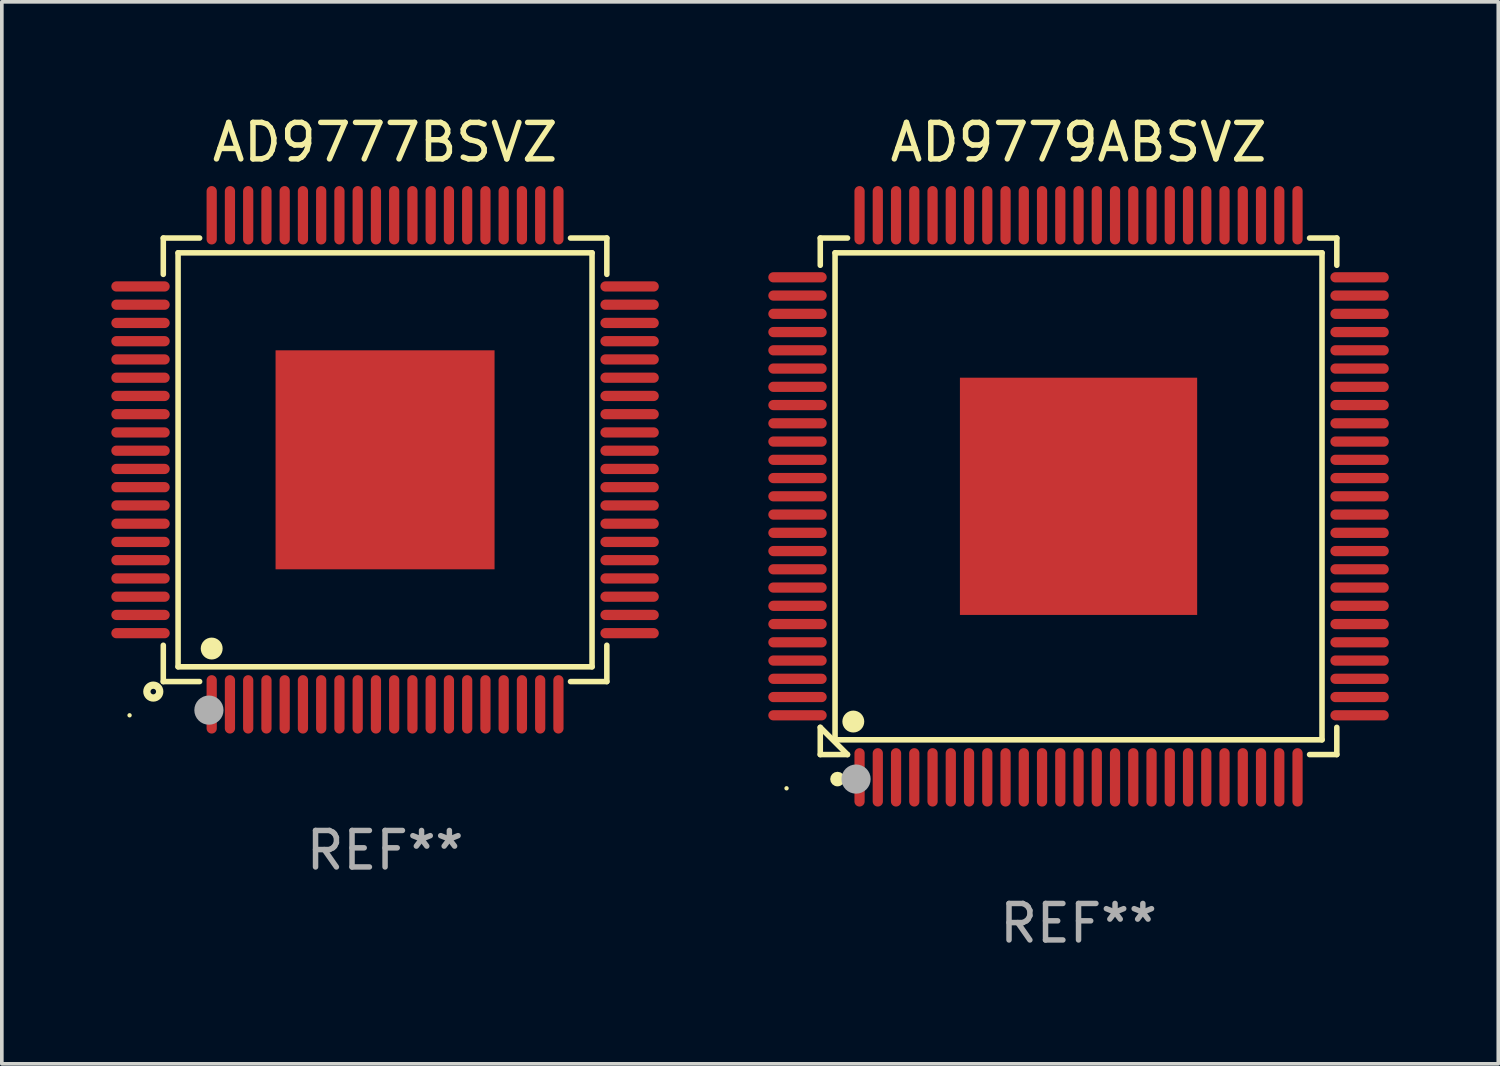
<source format=kicad_pcb>
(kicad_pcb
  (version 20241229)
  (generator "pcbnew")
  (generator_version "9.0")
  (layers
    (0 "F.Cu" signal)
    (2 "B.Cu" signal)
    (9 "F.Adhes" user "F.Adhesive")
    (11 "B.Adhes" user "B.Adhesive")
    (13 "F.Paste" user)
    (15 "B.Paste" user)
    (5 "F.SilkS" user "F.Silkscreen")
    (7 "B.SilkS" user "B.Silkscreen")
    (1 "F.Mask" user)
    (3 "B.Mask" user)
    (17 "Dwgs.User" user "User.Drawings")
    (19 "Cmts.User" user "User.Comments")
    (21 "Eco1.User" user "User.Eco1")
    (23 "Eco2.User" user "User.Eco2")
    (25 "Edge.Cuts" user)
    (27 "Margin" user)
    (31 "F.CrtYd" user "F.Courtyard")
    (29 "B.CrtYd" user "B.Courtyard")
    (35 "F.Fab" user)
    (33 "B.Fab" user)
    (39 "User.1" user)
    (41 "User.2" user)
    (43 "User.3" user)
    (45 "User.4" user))
  (footprint "AD9777BSVZ"
    (layer "F.Cu")
    (at 7.5 9.548)
    (property "Reference" "AD9777BSVZ" (at 0 -8.7 0) (layer "F.SilkS") (effects (font (size 1 1) (thickness 0.15))))
    (attr through_hole)
    (fp_line (start -6.076 -6.076) (end -5.081 -6.076) (stroke (width 0.152) (type solid)) (layer "F.SilkS"))
    (fp_line (start -6.076 -5.081) (end -6.076 -6.076) (stroke (width 0.152) (type solid)) (layer "F.SilkS"))
    (fp_line (start -6.076 5.081) (end -6.076 6.076) (stroke (width 0.152) (type solid)) (layer "F.SilkS"))
    (fp_line (start -6.076 6.076) (end -5.081 6.076) (stroke (width 0.152) (type solid)) (layer "F.SilkS"))
    (fp_line (start -5.671 -5.671) (end 5.671 -5.671) (stroke (width 0.152) (type solid)) (layer "F.SilkS"))
    (fp_line (start -5.671 5.671) (end -5.671 -5.671) (stroke (width 0.152) (type solid)) (layer "F.SilkS"))
    (fp_line (start 5.671 -5.671) (end 5.671 5.671) (stroke (width 0.152) (type solid)) (layer "F.SilkS"))
    (fp_line (start 5.671 5.671) (end -5.671 5.671) (stroke (width 0.152) (type solid)) (layer "F.SilkS"))
    (fp_line (start 6.076 -6.076) (end 5.081 -6.076) (stroke (width 0.152) (type solid)) (layer "F.SilkS"))
    (fp_line (start 6.076 -5.081) (end 6.076 -6.076) (stroke (width 0.152) (type solid)) (layer "F.SilkS"))
    (fp_line (start 6.076 5.081) (end 6.076 6.076) (stroke (width 0.152) (type solid)) (layer "F.SilkS"))
    (fp_line (start 6.076 6.076) (end 5.081 6.076) (stroke (width 0.152) (type solid)) (layer "F.SilkS"))
    (fp_circle (center -7 7) (end -6.97 7) (stroke (width 0.06) (type solid)) (fill no) (layer "F.SilkS"))
    (fp_circle (center -6.35 6.35) (end -6.274 6.35) (stroke (width 0.2) (type solid)) (fill no) (layer "F.SilkS"))
    (fp_circle (center -4.75 5.171) (end -4.6 5.171) (stroke (width 0.3) (type solid)) (fill no) (layer "F.SilkS"))
    (fp_circle (center -4.826 6.858) (end -4.626 6.858) (stroke (width 0.4) (type solid)) (fill no) (layer "F.Fab"))
    (fp_text user "REF**" (at 0 10.7 0) (layer "F.Fab") (effects (font (size 1 1) (thickness 0.15))))
    (pad "1" smd oval (at -4.75 6.7) (size 0.28 1.6) (layers "F.Cu" "F.Mask" "F.Paste"))
    (pad "2" smd oval (at -4.25 6.7) (size 0.28 1.6) (layers "F.Cu" "F.Mask" "F.Paste"))
    (pad "3" smd oval (at -3.75 6.7) (size 0.28 1.6) (layers "F.Cu" "F.Mask" "F.Paste"))
    (pad "4" smd oval (at -3.25 6.7) (size 0.28 1.6) (layers "F.Cu" "F.Mask" "F.Paste"))
    (pad "5" smd oval (at -2.75 6.7) (size 0.28 1.6) (layers "F.Cu" "F.Mask" "F.Paste"))
    (pad "6" smd oval (at -2.25 6.7) (size 0.28 1.6) (layers "F.Cu" "F.Mask" "F.Paste"))
    (pad "7" smd oval (at -1.75 6.7) (size 0.28 1.6) (layers "F.Cu" "F.Mask" "F.Paste"))
    (pad "8" smd oval (at -1.25 6.7) (size 0.28 1.6) (layers "F.Cu" "F.Mask" "F.Paste"))
    (pad "9" smd oval (at -0.75 6.7) (size 0.28 1.6) (layers "F.Cu" "F.Mask" "F.Paste"))
    (pad "10" smd oval (at -0.25 6.7) (size 0.28 1.6) (layers "F.Cu" "F.Mask" "F.Paste"))
    (pad "11" smd oval (at 0.25 6.7) (size 0.28 1.6) (layers "F.Cu" "F.Mask" "F.Paste"))
    (pad "12" smd oval (at 0.75 6.7) (size 0.28 1.6) (layers "F.Cu" "F.Mask" "F.Paste"))
    (pad "13" smd oval (at 1.25 6.7) (size 0.28 1.6) (layers "F.Cu" "F.Mask" "F.Paste"))
    (pad "14" smd oval (at 1.75 6.7) (size 0.28 1.6) (layers "F.Cu" "F.Mask" "F.Paste"))
    (pad "15" smd oval (at 2.25 6.7) (size 0.28 1.6) (layers "F.Cu" "F.Mask" "F.Paste"))
    (pad "16" smd oval (at 2.75 6.7) (size 0.28 1.6) (layers "F.Cu" "F.Mask" "F.Paste"))
    (pad "17" smd oval (at 3.25 6.7) (size 0.28 1.6) (layers "F.Cu" "F.Mask" "F.Paste"))
    (pad "18" smd oval (at 3.75 6.7) (size 0.28 1.6) (layers "F.Cu" "F.Mask" "F.Paste"))
    (pad "19" smd oval (at 4.25 6.7) (size 0.28 1.6) (layers "F.Cu" "F.Mask" "F.Paste"))
    (pad "20" smd oval (at 4.75 6.7) (size 0.28 1.6) (layers "F.Cu" "F.Mask" "F.Paste"))
    (pad "21" smd oval (at 6.7 4.75) (size 1.6 0.28) (layers "F.Cu" "F.Mask" "F.Paste"))
    (pad "22" smd oval (at 6.7 4.25) (size 1.6 0.28) (layers "F.Cu" "F.Mask" "F.Paste"))
    (pad "23" smd oval (at 6.7 3.75) (size 1.6 0.28) (layers "F.Cu" "F.Mask" "F.Paste"))
    (pad "24" smd oval (at 6.7 3.25) (size 1.6 0.28) (layers "F.Cu" "F.Mask" "F.Paste"))
    (pad "25" smd oval (at 6.7 2.75) (size 1.6 0.28) (layers "F.Cu" "F.Mask" "F.Paste"))
    (pad "26" smd oval (at 6.7 2.25) (size 1.6 0.28) (layers "F.Cu" "F.Mask" "F.Paste"))
    (pad "27" smd oval (at 6.7 1.75) (size 1.6 0.28) (layers "F.Cu" "F.Mask" "F.Paste"))
    (pad "28" smd oval (at 6.7 1.25) (size 1.6 0.28) (layers "F.Cu" "F.Mask" "F.Paste"))
    (pad "29" smd oval (at 6.7 0.75) (size 1.6 0.28) (layers "F.Cu" "F.Mask" "F.Paste"))
    (pad "30" smd oval (at 6.7 0.25) (size 1.6 0.28) (layers "F.Cu" "F.Mask" "F.Paste"))
    (pad "31" smd oval (at 6.7 -0.25) (size 1.6 0.28) (layers "F.Cu" "F.Mask" "F.Paste"))
    (pad "32" smd oval (at 6.7 -0.75) (size 1.6 0.28) (layers "F.Cu" "F.Mask" "F.Paste"))
    (pad "33" smd oval (at 6.7 -1.25) (size 1.6 0.28) (layers "F.Cu" "F.Mask" "F.Paste"))
    (pad "34" smd oval (at 6.7 -1.75) (size 1.6 0.28) (layers "F.Cu" "F.Mask" "F.Paste"))
    (pad "35" smd oval (at 6.7 -2.25) (size 1.6 0.28) (layers "F.Cu" "F.Mask" "F.Paste"))
    (pad "36" smd oval (at 6.7 -2.75) (size 1.6 0.28) (layers "F.Cu" "F.Mask" "F.Paste"))
    (pad "37" smd oval (at 6.7 -3.25) (size 1.6 0.28) (layers "F.Cu" "F.Mask" "F.Paste"))
    (pad "38" smd oval (at 6.7 -3.75) (size 1.6 0.28) (layers "F.Cu" "F.Mask" "F.Paste"))
    (pad "39" smd oval (at 6.7 -4.25) (size 1.6 0.28) (layers "F.Cu" "F.Mask" "F.Paste"))
    (pad "40" smd oval (at 6.7 -4.75) (size 1.6 0.28) (layers "F.Cu" "F.Mask" "F.Paste"))
    (pad "41" smd oval (at 4.75 -6.7) (size 0.28 1.6) (layers "F.Cu" "F.Mask" "F.Paste"))
    (pad "42" smd oval (at 4.25 -6.7) (size 0.28 1.6) (layers "F.Cu" "F.Mask" "F.Paste"))
    (pad "43" smd oval (at 3.75 -6.7) (size 0.28 1.6) (layers "F.Cu" "F.Mask" "F.Paste"))
    (pad "44" smd oval (at 3.25 -6.7) (size 0.28 1.6) (layers "F.Cu" "F.Mask" "F.Paste"))
    (pad "45" smd oval (at 2.75 -6.7) (size 0.28 1.6) (layers "F.Cu" "F.Mask" "F.Paste"))
    (pad "46" smd oval (at 2.25 -6.7) (size 0.28 1.6) (layers "F.Cu" "F.Mask" "F.Paste"))
    (pad "47" smd oval (at 1.75 -6.7) (size 0.28 1.6) (layers "F.Cu" "F.Mask" "F.Paste"))
    (pad "48" smd oval (at 1.25 -6.7) (size 0.28 1.6) (layers "F.Cu" "F.Mask" "F.Paste"))
    (pad "49" smd oval (at 0.75 -6.7) (size 0.28 1.6) (layers "F.Cu" "F.Mask" "F.Paste"))
    (pad "50" smd oval (at 0.25 -6.7) (size 0.28 1.6) (layers "F.Cu" "F.Mask" "F.Paste"))
    (pad "51" smd oval (at -0.25 -6.7) (size 0.28 1.6) (layers "F.Cu" "F.Mask" "F.Paste"))
    (pad "52" smd oval (at -0.75 -6.7) (size 0.28 1.6) (layers "F.Cu" "F.Mask" "F.Paste"))
    (pad "53" smd oval (at -1.25 -6.7) (size 0.28 1.6) (layers "F.Cu" "F.Mask" "F.Paste"))
    (pad "54" smd oval (at -1.75 -6.7) (size 0.28 1.6) (layers "F.Cu" "F.Mask" "F.Paste"))
    (pad "55" smd oval (at -2.25 -6.7) (size 0.28 1.6) (layers "F.Cu" "F.Mask" "F.Paste"))
    (pad "56" smd oval (at -2.75 -6.7) (size 0.28 1.6) (layers "F.Cu" "F.Mask" "F.Paste"))
    (pad "57" smd oval (at -3.25 -6.7) (size 0.28 1.6) (layers "F.Cu" "F.Mask" "F.Paste"))
    (pad "58" smd oval (at -3.75 -6.7) (size 0.28 1.6) (layers "F.Cu" "F.Mask" "F.Paste"))
    (pad "59" smd oval (at -4.25 -6.7) (size 0.28 1.6) (layers "F.Cu" "F.Mask" "F.Paste"))
    (pad "60" smd oval (at -4.75 -6.7) (size 0.28 1.6) (layers "F.Cu" "F.Mask" "F.Paste"))
    (pad "61" smd oval (at -6.7 -4.75) (size 1.6 0.28) (layers "F.Cu" "F.Mask" "F.Paste"))
    (pad "62" smd oval (at -6.7 -4.25) (size 1.6 0.28) (layers "F.Cu" "F.Mask" "F.Paste"))
    (pad "63" smd oval (at -6.7 -3.75) (size 1.6 0.28) (layers "F.Cu" "F.Mask" "F.Paste"))
    (pad "64" smd oval (at -6.7 -3.25) (size 1.6 0.28) (layers "F.Cu" "F.Mask" "F.Paste"))
    (pad "65" smd oval (at -6.7 -2.75) (size 1.6 0.28) (layers "F.Cu" "F.Mask" "F.Paste"))
    (pad "66" smd oval (at -6.7 -2.25) (size 1.6 0.28) (layers "F.Cu" "F.Mask" "F.Paste"))
    (pad "67" smd oval (at -6.7 -1.75) (size 1.6 0.28) (layers "F.Cu" "F.Mask" "F.Paste"))
    (pad "68" smd oval (at -6.7 -1.25) (size 1.6 0.28) (layers "F.Cu" "F.Mask" "F.Paste"))
    (pad "69" smd oval (at -6.7 -0.75) (size 1.6 0.28) (layers "F.Cu" "F.Mask" "F.Paste"))
    (pad "70" smd oval (at -6.7 -0.25) (size 1.6 0.28) (layers "F.Cu" "F.Mask" "F.Paste"))
    (pad "71" smd oval (at -6.7 0.25) (size 1.6 0.28) (layers "F.Cu" "F.Mask" "F.Paste"))
    (pad "72" smd oval (at -6.7 0.75) (size 1.6 0.28) (layers "F.Cu" "F.Mask" "F.Paste"))
    (pad "73" smd oval (at -6.7 1.25) (size 1.6 0.28) (layers "F.Cu" "F.Mask" "F.Paste"))
    (pad "74" smd oval (at -6.7 1.75) (size 1.6 0.28) (layers "F.Cu" "F.Mask" "F.Paste"))
    (pad "75" smd oval (at -6.7 2.25) (size 1.6 0.28) (layers "F.Cu" "F.Mask" "F.Paste"))
    (pad "76" smd oval (at -6.7 2.75) (size 1.6 0.28) (layers "F.Cu" "F.Mask" "F.Paste"))
    (pad "77" smd oval (at -6.7 3.25) (size 1.6 0.28) (layers "F.Cu" "F.Mask" "F.Paste"))
    (pad "78" smd oval (at -6.7 3.75) (size 1.6 0.28) (layers "F.Cu" "F.Mask" "F.Paste"))
    (pad "79" smd oval (at -6.7 4.25) (size 1.6 0.28) (layers "F.Cu" "F.Mask" "F.Paste"))
    (pad "80" smd oval (at -6.7 4.75) (size 1.6 0.28) (layers "F.Cu" "F.Mask" "F.Paste"))
    (pad "81" smd rect (at 0 0) (size 6 6) (layers "F.Cu" "F.Mask" "F.Paste")))
  (footprint "AD9779ABSVZ"
    (layer "F.Cu")
    (at 26.5 10.548)
    (property "Reference" "AD9779ABSVZ" (at 0 -9.7 0) (layer "F.SilkS") (effects (font (size 1 1) (thickness 0.15))))
    (attr through_hole)
    (fp_line (start -7.076 -7.076) (end -6.33 -7.076) (stroke (width 0.152) (type solid)) (layer "F.SilkS"))
    (fp_line (start -7.076 -6.33) (end -7.076 -7.076) (stroke (width 0.152) (type solid)) (layer "F.SilkS"))
    (fp_line (start -7.076 6.33) (end -7.076 7.076) (stroke (width 0.152) (type solid)) (layer "F.SilkS"))
    (fp_line (start -7.076 7.076) (end -6.33 7.076) (stroke (width 0.152) (type solid)) (layer "F.SilkS"))
    (fp_line (start -6.671 -6.671) (end 6.671 -6.671) (stroke (width 0.152) (type solid)) (layer "F.SilkS"))
    (fp_line (start -6.671 6.671) (end -6.671 -6.671) (stroke (width 0.152) (type solid)) (layer "F.SilkS"))
    (fp_line (start -6.33 7.076) (end -7.076 6.33) (stroke (width 0.152) (type solid)) (layer "F.SilkS"))
    (fp_line (start 6.671 -6.671) (end 6.671 6.671) (stroke (width 0.152) (type solid)) (layer "F.SilkS"))
    (fp_line (start 6.671 6.671) (end -6.671 6.671) (stroke (width 0.152) (type solid)) (layer "F.SilkS"))
    (fp_line (start 7.076 -7.076) (end 6.33 -7.076) (stroke (width 0.152) (type solid)) (layer "F.SilkS"))
    (fp_line (start 7.076 -6.33) (end 7.076 -7.076) (stroke (width 0.152) (type solid)) (layer "F.SilkS"))
    (fp_line (start 7.076 6.33) (end 7.076 7.076) (stroke (width 0.152) (type solid)) (layer "F.SilkS"))
    (fp_line (start 7.076 7.076) (end 6.33 7.076) (stroke (width 0.152) (type solid)) (layer "F.SilkS"))
    (fp_circle (center -8 8) (end -7.97 8) (stroke (width 0.06) (type solid)) (fill no) (layer "F.SilkS"))
    (fp_circle (center -6.604 7.747) (end -6.504 7.747) (stroke (width 0.2) (type solid)) (fill no) (layer "F.SilkS"))
    (fp_circle (center -6.171 6.171) (end -6.021 6.171) (stroke (width 0.3) (type solid)) (fill no) (layer "F.SilkS"))
    (fp_circle (center -6.096 7.747) (end -5.896 7.747) (stroke (width 0.4) (type solid)) (fill no) (layer "F.Fab"))
    (fp_text user "REF**" (at 0 11.7 0) (layer "F.Fab") (effects (font (size 1 1) (thickness 0.15))))
    (pad "1" smd oval (at -6 7.7) (size 0.28 1.6) (layers "F.Cu" "F.Mask" "F.Paste"))
    (pad "2" smd oval (at -5.5 7.7) (size 0.28 1.6) (layers "F.Cu" "F.Mask" "F.Paste"))
    (pad "3" smd oval (at -5 7.7) (size 0.28 1.6) (layers "F.Cu" "F.Mask" "F.Paste"))
    (pad "4" smd oval (at -4.5 7.7) (size 0.28 1.6) (layers "F.Cu" "F.Mask" "F.Paste"))
    (pad "5" smd oval (at -4 7.7) (size 0.28 1.6) (layers "F.Cu" "F.Mask" "F.Paste"))
    (pad "6" smd oval (at -3.5 7.7) (size 0.28 1.6) (layers "F.Cu" "F.Mask" "F.Paste"))
    (pad "7" smd oval (at -3 7.7) (size 0.28 1.6) (layers "F.Cu" "F.Mask" "F.Paste"))
    (pad "8" smd oval (at -2.5 7.7) (size 0.28 1.6) (layers "F.Cu" "F.Mask" "F.Paste"))
    (pad "9" smd oval (at -2 7.7) (size 0.28 1.6) (layers "F.Cu" "F.Mask" "F.Paste"))
    (pad "10" smd oval (at -1.5 7.7) (size 0.28 1.6) (layers "F.Cu" "F.Mask" "F.Paste"))
    (pad "11" smd oval (at -1 7.7) (size 0.28 1.6) (layers "F.Cu" "F.Mask" "F.Paste"))
    (pad "12" smd oval (at -0.5 7.7) (size 0.28 1.6) (layers "F.Cu" "F.Mask" "F.Paste"))
    (pad "13" smd oval (at 0 7.7) (size 0.28 1.6) (layers "F.Cu" "F.Mask" "F.Paste"))
    (pad "14" smd oval (at 0.5 7.7) (size 0.28 1.6) (layers "F.Cu" "F.Mask" "F.Paste"))
    (pad "15" smd oval (at 1 7.7) (size 0.28 1.6) (layers "F.Cu" "F.Mask" "F.Paste"))
    (pad "16" smd oval (at 1.5 7.7) (size 0.28 1.6) (layers "F.Cu" "F.Mask" "F.Paste"))
    (pad "17" smd oval (at 2 7.7) (size 0.28 1.6) (layers "F.Cu" "F.Mask" "F.Paste"))
    (pad "18" smd oval (at 2.5 7.7) (size 0.28 1.6) (layers "F.Cu" "F.Mask" "F.Paste"))
    (pad "19" smd oval (at 3 7.7) (size 0.28 1.6) (layers "F.Cu" "F.Mask" "F.Paste"))
    (pad "20" smd oval (at 3.5 7.7) (size 0.28 1.6) (layers "F.Cu" "F.Mask" "F.Paste"))
    (pad "21" smd oval (at 4 7.7) (size 0.28 1.6) (layers "F.Cu" "F.Mask" "F.Paste"))
    (pad "22" smd oval (at 4.5 7.7) (size 0.28 1.6) (layers "F.Cu" "F.Mask" "F.Paste"))
    (pad "23" smd oval (at 5 7.7) (size 0.28 1.6) (layers "F.Cu" "F.Mask" "F.Paste"))
    (pad "24" smd oval (at 5.5 7.7) (size 0.28 1.6) (layers "F.Cu" "F.Mask" "F.Paste"))
    (pad "25" smd oval (at 6 7.7) (size 0.28 1.6) (layers "F.Cu" "F.Mask" "F.Paste"))
    (pad "26" smd oval (at 7.7 6) (size 1.6 0.28) (layers "F.Cu" "F.Mask" "F.Paste"))
    (pad "27" smd oval (at 7.7 5.5) (size 1.6 0.28) (layers "F.Cu" "F.Mask" "F.Paste"))
    (pad "28" smd oval (at 7.7 5) (size 1.6 0.28) (layers "F.Cu" "F.Mask" "F.Paste"))
    (pad "29" smd oval (at 7.7 4.5) (size 1.6 0.28) (layers "F.Cu" "F.Mask" "F.Paste"))
    (pad "30" smd oval (at 7.7 4) (size 1.6 0.28) (layers "F.Cu" "F.Mask" "F.Paste"))
    (pad "31" smd oval (at 7.7 3.5) (size 1.6 0.28) (layers "F.Cu" "F.Mask" "F.Paste"))
    (pad "32" smd oval (at 7.7 3) (size 1.6 0.28) (layers "F.Cu" "F.Mask" "F.Paste"))
    (pad "33" smd oval (at 7.7 2.5) (size 1.6 0.28) (layers "F.Cu" "F.Mask" "F.Paste"))
    (pad "34" smd oval (at 7.7 2) (size 1.6 0.28) (layers "F.Cu" "F.Mask" "F.Paste"))
    (pad "35" smd oval (at 7.7 1.5) (size 1.6 0.28) (layers "F.Cu" "F.Mask" "F.Paste"))
    (pad "36" smd oval (at 7.7 1) (size 1.6 0.28) (layers "F.Cu" "F.Mask" "F.Paste"))
    (pad "37" smd oval (at 7.7 0.5) (size 1.6 0.28) (layers "F.Cu" "F.Mask" "F.Paste"))
    (pad "38" smd oval (at 7.7 0) (size 1.6 0.28) (layers "F.Cu" "F.Mask" "F.Paste"))
    (pad "39" smd oval (at 7.7 -0.5) (size 1.6 0.28) (layers "F.Cu" "F.Mask" "F.Paste"))
    (pad "40" smd oval (at 7.7 -1) (size 1.6 0.28) (layers "F.Cu" "F.Mask" "F.Paste"))
    (pad "41" smd oval (at 7.7 -1.5) (size 1.6 0.28) (layers "F.Cu" "F.Mask" "F.Paste"))
    (pad "42" smd oval (at 7.7 -2) (size 1.6 0.28) (layers "F.Cu" "F.Mask" "F.Paste"))
    (pad "43" smd oval (at 7.7 -2.5) (size 1.6 0.28) (layers "F.Cu" "F.Mask" "F.Paste"))
    (pad "44" smd oval (at 7.7 -3) (size 1.6 0.28) (layers "F.Cu" "F.Mask" "F.Paste"))
    (pad "45" smd oval (at 7.7 -3.5) (size 1.6 0.28) (layers "F.Cu" "F.Mask" "F.Paste"))
    (pad "46" smd oval (at 7.7 -4) (size 1.6 0.28) (layers "F.Cu" "F.Mask" "F.Paste"))
    (pad "47" smd oval (at 7.7 -4.5) (size 1.6 0.28) (layers "F.Cu" "F.Mask" "F.Paste"))
    (pad "48" smd oval (at 7.7 -5) (size 1.6 0.28) (layers "F.Cu" "F.Mask" "F.Paste"))
    (pad "49" smd oval (at 7.7 -5.5) (size 1.6 0.28) (layers "F.Cu" "F.Mask" "F.Paste"))
    (pad "50" smd oval (at 7.7 -6) (size 1.6 0.28) (layers "F.Cu" "F.Mask" "F.Paste"))
    (pad "51" smd oval (at 6 -7.7) (size 0.28 1.6) (layers "F.Cu" "F.Mask" "F.Paste"))
    (pad "52" smd oval (at 5.5 -7.7) (size 0.28 1.6) (layers "F.Cu" "F.Mask" "F.Paste"))
    (pad "53" smd oval (at 5 -7.7) (size 0.28 1.6) (layers "F.Cu" "F.Mask" "F.Paste"))
    (pad "54" smd oval (at 4.5 -7.7) (size 0.28 1.6) (layers "F.Cu" "F.Mask" "F.Paste"))
    (pad "55" smd oval (at 4 -7.7) (size 0.28 1.6) (layers "F.Cu" "F.Mask" "F.Paste"))
    (pad "56" smd oval (at 3.5 -7.7) (size 0.28 1.6) (layers "F.Cu" "F.Mask" "F.Paste"))
    (pad "57" smd oval (at 3 -7.7) (size 0.28 1.6) (layers "F.Cu" "F.Mask" "F.Paste"))
    (pad "58" smd oval (at 2.5 -7.7) (size 0.28 1.6) (layers "F.Cu" "F.Mask" "F.Paste"))
    (pad "59" smd oval (at 2 -7.7) (size 0.28 1.6) (layers "F.Cu" "F.Mask" "F.Paste"))
    (pad "60" smd oval (at 1.5 -7.7) (size 0.28 1.6) (layers "F.Cu" "F.Mask" "F.Paste"))
    (pad "61" smd oval (at 1 -7.7) (size 0.28 1.6) (layers "F.Cu" "F.Mask" "F.Paste"))
    (pad "62" smd oval (at 0.5 -7.7) (size 0.28 1.6) (layers "F.Cu" "F.Mask" "F.Paste"))
    (pad "63" smd oval (at 0 -7.7) (size 0.28 1.6) (layers "F.Cu" "F.Mask" "F.Paste"))
    (pad "64" smd oval (at -0.5 -7.7) (size 0.28 1.6) (layers "F.Cu" "F.Mask" "F.Paste"))
    (pad "65" smd oval (at -1 -7.7) (size 0.28 1.6) (layers "F.Cu" "F.Mask" "F.Paste"))
    (pad "66" smd oval (at -1.5 -7.7) (size 0.28 1.6) (layers "F.Cu" "F.Mask" "F.Paste"))
    (pad "67" smd oval (at -2 -7.7) (size 0.28 1.6) (layers "F.Cu" "F.Mask" "F.Paste"))
    (pad "68" smd oval (at -2.5 -7.7) (size 0.28 1.6) (layers "F.Cu" "F.Mask" "F.Paste"))
    (pad "69" smd oval (at -3 -7.7) (size 0.28 1.6) (layers "F.Cu" "F.Mask" "F.Paste"))
    (pad "70" smd oval (at -3.5 -7.7) (size 0.28 1.6) (layers "F.Cu" "F.Mask" "F.Paste"))
    (pad "71" smd oval (at -4 -7.7) (size 0.28 1.6) (layers "F.Cu" "F.Mask" "F.Paste"))
    (pad "72" smd oval (at -4.5 -7.7) (size 0.28 1.6) (layers "F.Cu" "F.Mask" "F.Paste"))
    (pad "73" smd oval (at -5 -7.7) (size 0.28 1.6) (layers "F.Cu" "F.Mask" "F.Paste"))
    (pad "74" smd oval (at -5.5 -7.7) (size 0.28 1.6) (layers "F.Cu" "F.Mask" "F.Paste"))
    (pad "75" smd oval (at -6 -7.7) (size 0.28 1.6) (layers "F.Cu" "F.Mask" "F.Paste"))
    (pad "76" smd oval (at -7.7 -6) (size 1.6 0.28) (layers "F.Cu" "F.Mask" "F.Paste"))
    (pad "77" smd oval (at -7.7 -5.5) (size 1.6 0.28) (layers "F.Cu" "F.Mask" "F.Paste"))
    (pad "78" smd oval (at -7.7 -5) (size 1.6 0.28) (layers "F.Cu" "F.Mask" "F.Paste"))
    (pad "79" smd oval (at -7.7 -4.5) (size 1.6 0.28) (layers "F.Cu" "F.Mask" "F.Paste"))
    (pad "80" smd oval (at -7.7 -4) (size 1.6 0.28) (layers "F.Cu" "F.Mask" "F.Paste"))
    (pad "81" smd oval (at -7.7 -3.5) (size 1.6 0.28) (layers "F.Cu" "F.Mask" "F.Paste"))
    (pad "82" smd oval (at -7.7 -3) (size 1.6 0.28) (layers "F.Cu" "F.Mask" "F.Paste"))
    (pad "83" smd oval (at -7.7 -2.5) (size 1.6 0.28) (layers "F.Cu" "F.Mask" "F.Paste"))
    (pad "84" smd oval (at -7.7 -2) (size 1.6 0.28) (layers "F.Cu" "F.Mask" "F.Paste"))
    (pad "85" smd oval (at -7.7 -1.5) (size 1.6 0.28) (layers "F.Cu" "F.Mask" "F.Paste"))
    (pad "86" smd oval (at -7.7 -1) (size 1.6 0.28) (layers "F.Cu" "F.Mask" "F.Paste"))
    (pad "87" smd oval (at -7.7 -0.5) (size 1.6 0.28) (layers "F.Cu" "F.Mask" "F.Paste"))
    (pad "88" smd oval (at -7.7 0) (size 1.6 0.28) (layers "F.Cu" "F.Mask" "F.Paste"))
    (pad "89" smd oval (at -7.7 0.5) (size 1.6 0.28) (layers "F.Cu" "F.Mask" "F.Paste"))
    (pad "90" smd oval (at -7.7 1) (size 1.6 0.28) (layers "F.Cu" "F.Mask" "F.Paste"))
    (pad "91" smd oval (at -7.7 1.5) (size 1.6 0.28) (layers "F.Cu" "F.Mask" "F.Paste"))
    (pad "92" smd oval (at -7.7 2) (size 1.6 0.28) (layers "F.Cu" "F.Mask" "F.Paste"))
    (pad "93" smd oval (at -7.7 2.5) (size 1.6 0.28) (layers "F.Cu" "F.Mask" "F.Paste"))
    (pad "94" smd oval (at -7.7 3) (size 1.6 0.28) (layers "F.Cu" "F.Mask" "F.Paste"))
    (pad "95" smd oval (at -7.7 3.5) (size 1.6 0.28) (layers "F.Cu" "F.Mask" "F.Paste"))
    (pad "96" smd oval (at -7.7 4) (size 1.6 0.28) (layers "F.Cu" "F.Mask" "F.Paste"))
    (pad "97" smd oval (at -7.7 4.5) (size 1.6 0.28) (layers "F.Cu" "F.Mask" "F.Paste"))
    (pad "98" smd oval (at -7.7 5) (size 1.6 0.28) (layers "F.Cu" "F.Mask" "F.Paste"))
    (pad "99" smd oval (at -7.7 5.5) (size 1.6 0.28) (layers "F.Cu" "F.Mask" "F.Paste"))
    (pad "100" smd oval (at -7.7 6) (size 1.6 0.28) (layers "F.Cu" "F.Mask" "F.Paste"))
    (pad "101" smd rect (at 0 0) (size 6.5 6.5) (layers "F.Cu" "F.Mask" "F.Paste")))
  (gr_rect
    (start -3 -3)
    (end 38 26.097)
    (stroke (width 0.1) (type default))
    (fill no)
    (layer "Edge.Cuts")))
</source>
